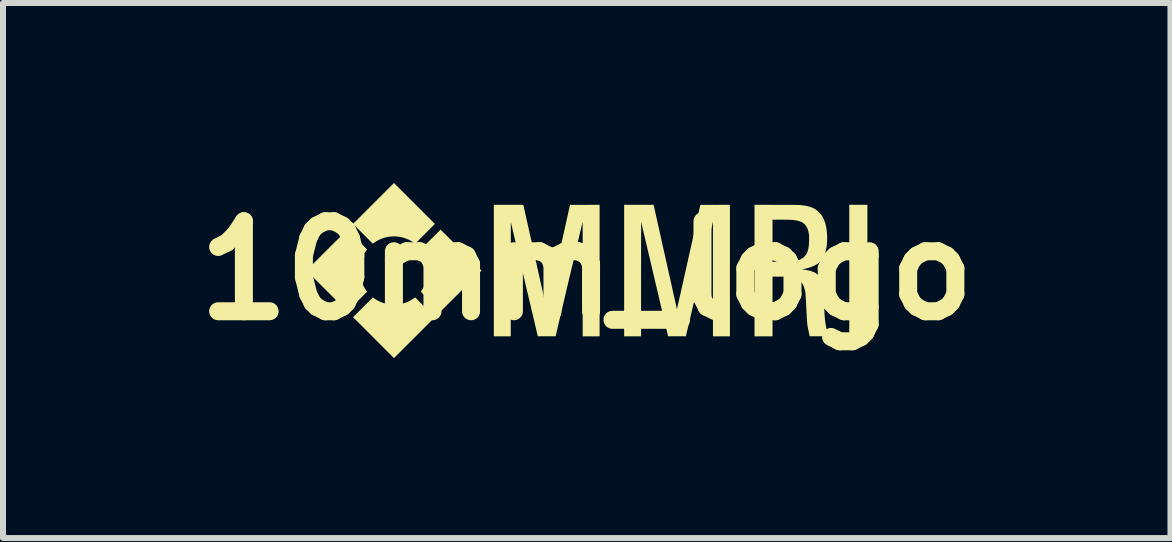
<source format=kicad_pcb>
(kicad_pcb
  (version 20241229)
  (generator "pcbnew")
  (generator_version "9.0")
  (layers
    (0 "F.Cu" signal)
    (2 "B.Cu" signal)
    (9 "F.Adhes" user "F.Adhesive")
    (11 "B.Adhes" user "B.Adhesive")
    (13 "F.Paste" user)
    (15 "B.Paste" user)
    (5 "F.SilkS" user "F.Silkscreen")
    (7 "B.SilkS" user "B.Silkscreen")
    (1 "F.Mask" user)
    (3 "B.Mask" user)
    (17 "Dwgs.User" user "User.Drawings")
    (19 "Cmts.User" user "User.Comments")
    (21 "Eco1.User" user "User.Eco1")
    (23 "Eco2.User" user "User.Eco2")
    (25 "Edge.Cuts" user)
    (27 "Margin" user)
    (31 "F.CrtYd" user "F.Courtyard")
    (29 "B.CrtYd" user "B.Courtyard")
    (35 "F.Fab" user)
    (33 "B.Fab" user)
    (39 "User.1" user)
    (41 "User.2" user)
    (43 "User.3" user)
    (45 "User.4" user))
  (footprint "10mm_logo"
    (layer "F.Cu")
    (at 6.729 1.459)
    (property "Reference" "10mm_logo" (at 0 0 0) (layer "F.SilkS") (effects (font (size 1.5 1.5) (thickness 0.3))))
    (attr board_only exclude_from_pos_files exclude_from_bom)
    (fp_poly (pts (xy 4.677 0) (xy 4.677 1.096) (xy 4.526 1.096) (xy 4.375 1.096) (xy 4.375 0) (xy 4.375 -1.096) (xy 4.526 -1.096) (xy 4.677 -1.096)) (stroke (width 0) (type solid)) (fill yes) (layer "F.SilkS"))
    (fp_poly (pts (xy -2.872 -1.118) (xy -2.531 -0.777) (xy -2.696 -0.612) (xy -2.861 -0.447) (xy -2.875 -0.458) (xy -2.903 -0.478) (xy -2.933 -0.496) (xy -2.965 -0.513) (xy -2.998 -0.527) (xy -3.031 -0.54) (xy -3.045 -0.544) (xy -3.083 -0.555) (xy -3.122 -0.562) (xy -3.16 -0.567) (xy -3.199 -0.569) (xy -3.238 -0.569) (xy -3.277 -0.566) (xy -3.316 -0.56) (xy -3.354 -0.552) (xy -3.392 -0.541) (xy -3.428 -0.527) (xy -3.459 -0.514) (xy -3.491 -0.497) (xy -3.522 -0.478) (xy -3.55 -0.459) (xy -3.553 -0.457) (xy -3.558 -0.453) (xy -3.562 -0.45) (xy -3.564 -0.448) (xy -3.565 -0.448) (xy -3.566 -0.449) (xy -3.569 -0.451) (xy -3.574 -0.456) (xy -3.58 -0.462) (xy -3.588 -0.47) (xy -3.597 -0.479) (xy -3.608 -0.49) (xy -3.62 -0.502) (xy -3.633 -0.515) (xy -3.647 -0.529) (xy -3.662 -0.544) (xy -3.678 -0.56) (xy -3.694 -0.577) (xy -3.712 -0.594) (xy -3.729 -0.612) (xy -3.73 -0.612) (xy -3.895 -0.777) (xy -3.554 -1.118) (xy -3.213 -1.459)) (stroke (width 0) (type solid)) (fill yes) (layer "F.SilkS"))
    (fp_poly (pts (xy -2.696 0.612) (xy -2.531 0.777) (xy -2.872 1.118) (xy -2.897 1.144) (xy -2.923 1.169) (xy -2.947 1.193) (xy -2.971 1.217) (xy -2.995 1.241) (xy -3.017 1.263) (xy -3.039 1.285) (xy -3.06 1.306) (xy -3.079 1.325) (xy -3.098 1.344) (xy -3.116 1.362) (xy -3.132 1.378) (xy -3.147 1.393) (xy -3.161 1.406) (xy -3.173 1.419) (xy -3.184 1.429) (xy -3.193 1.439) (xy -3.2 1.446) (xy -3.206 1.452) (xy -3.21 1.456) (xy -3.212 1.458) (xy -3.213 1.458) (xy -3.214 1.457) (xy -3.217 1.455) (xy -3.222 1.45) (xy -3.228 1.443) (xy -3.236 1.435) (xy -3.246 1.426) (xy -3.257 1.414) (xy -3.27 1.401) (xy -3.284 1.387) (xy -3.3 1.372) (xy -3.317 1.355) (xy -3.335 1.337) (xy -3.354 1.318) (xy -3.374 1.298) (xy -3.395 1.277) (xy -3.417 1.255) (xy -3.44 1.232) (xy -3.463 1.209) (xy -3.488 1.184) (xy -3.513 1.159) (xy -3.538 1.134) (xy -3.554 1.118) (xy -3.895 0.777) (xy -3.73 0.612) (xy -3.565 0.447) (xy -3.551 0.458) (xy -3.519 0.48) (xy -3.486 0.5) (xy -3.451 0.517) (xy -3.415 0.532) (xy -3.379 0.545) (xy -3.341 0.555) (xy -3.303 0.562) (xy -3.265 0.567) (xy -3.226 0.569) (xy -3.187 0.569) (xy -3.148 0.566) (xy -3.109 0.56) (xy -3.108 0.559) (xy -3.071 0.551) (xy -3.034 0.54) (xy -2.998 0.527) (xy -2.963 0.511) (xy -2.93 0.494) (xy -2.898 0.474) (xy -2.872 0.456) (xy -2.861 0.447)) (stroke (width 0) (type solid)) (fill yes) (layer "F.SilkS"))
    (fp_poly (pts (xy -3.825 -0.517) (xy -3.66 -0.352) (xy -3.667 -0.344) (xy -3.671 -0.339) (xy -3.675 -0.332) (xy -3.681 -0.324) (xy -3.687 -0.315) (xy -3.693 -0.306) (xy -3.699 -0.297) (xy -3.704 -0.288) (xy -3.708 -0.281) (xy -3.709 -0.28) (xy -3.727 -0.246) (xy -3.742 -0.21) (xy -3.755 -0.173) (xy -3.766 -0.136) (xy -3.774 -0.097) (xy -3.777 -0.077) (xy -3.781 -0.039) (xy -3.783 0.000051) (xy -3.781 0.039) (xy -3.777 0.077) (xy -3.77 0.116) (xy -3.761 0.154) (xy -3.749 0.191) (xy -3.735 0.227) (xy -3.725 0.248) (xy -3.712 0.273) (xy -3.7 0.296) (xy -3.686 0.317) (xy -3.672 0.337) (xy -3.67 0.34) (xy -3.66 0.352) (xy -3.825 0.517) (xy -3.843 0.535) (xy -3.86 0.552) (xy -3.877 0.568) (xy -3.893 0.584) (xy -3.908 0.599) (xy -3.922 0.614) (xy -3.935 0.627) (xy -3.947 0.639) (xy -3.958 0.649) (xy -3.967 0.659) (xy -3.975 0.666) (xy -3.981 0.673) (xy -3.986 0.677) (xy -3.989 0.68) (xy -3.99 0.681) (xy -3.99 0.681) (xy -3.991 0.68) (xy -3.994 0.677) (xy -3.999 0.673) (xy -4.005 0.666) (xy -4.013 0.658) (xy -4.023 0.648) (xy -4.035 0.637) (xy -4.047 0.624) (xy -4.062 0.61) (xy -4.077 0.595) (xy -4.094 0.578) (xy -4.112 0.56) (xy -4.131 0.541) (xy -4.151 0.521) (xy -4.172 0.5) (xy -4.194 0.478) (xy -4.217 0.455) (xy -4.241 0.431) (xy -4.265 0.407) (xy -4.29 0.382) (xy -4.315 0.357) (xy -4.331 0.341) (xy -4.672 -0.000001) (xy -4.331 -0.341) (xy -3.99 -0.682)) (stroke (width 0) (type solid)) (fill yes) (layer "F.SilkS"))
    (fp_poly (pts (xy -2.435 -0.68) (xy -2.432 -0.677) (xy -2.428 -0.673) (xy -2.421 -0.666) (xy -2.413 -0.658) (xy -2.403 -0.648) (xy -2.392 -0.637) (xy -2.379 -0.624) (xy -2.365 -0.61) (xy -2.349 -0.595) (xy -2.332 -0.578) (xy -2.314 -0.56) (xy -2.295 -0.541) (xy -2.275 -0.521) (xy -2.254 -0.5) (xy -2.232 -0.478) (xy -2.209 -0.455) (xy -2.185 -0.431) (xy -2.161 -0.407) (xy -2.136 -0.382) (xy -2.111 -0.357) (xy -2.094 -0.341) (xy -1.754 0) (xy -2.094 0.341) (xy -2.12 0.366) (xy -2.145 0.392) (xy -2.17 0.416) (xy -2.194 0.44) (xy -2.217 0.464) (xy -2.24 0.486) (xy -2.262 0.508) (xy -2.282 0.528) (xy -2.302 0.548) (xy -2.321 0.567) (xy -2.338 0.584) (xy -2.355 0.601) (xy -2.37 0.616) (xy -2.383 0.629) (xy -2.396 0.641) (xy -2.406 0.652) (xy -2.416 0.661) (xy -2.423 0.669) (xy -2.429 0.675) (xy -2.433 0.679) (xy -2.435 0.681) (xy -2.436 0.681) (xy -2.437 0.68) (xy -2.44 0.677) (xy -2.444 0.673) (xy -2.451 0.667) (xy -2.459 0.659) (xy -2.468 0.649) (xy -2.479 0.639) (xy -2.491 0.627) (xy -2.504 0.614) (xy -2.518 0.6) (xy -2.533 0.585) (xy -2.549 0.569) (xy -2.565 0.552) (xy -2.583 0.535) (xy -2.601 0.517) (xy -2.601 0.517) (xy -2.622 0.496) (xy -2.641 0.477) (xy -2.659 0.459) (xy -2.674 0.444) (xy -2.689 0.43) (xy -2.701 0.417) (xy -2.712 0.406) (xy -2.722 0.396) (xy -2.73 0.388) (xy -2.738 0.38) (xy -2.744 0.374) (xy -2.749 0.368) (xy -2.753 0.364) (xy -2.757 0.36) (xy -2.759 0.357) (xy -2.761 0.355) (xy -2.762 0.353) (xy -2.763 0.352) (xy -2.764 0.351) (xy -2.764 0.35) (xy -2.764 0.35) (xy -2.764 0.35) (xy -2.762 0.347) (xy -2.759 0.343) (xy -2.756 0.338) (xy -2.752 0.332) (xy -2.751 0.331) (xy -2.729 0.298) (xy -2.709 0.264) (xy -2.692 0.229) (xy -2.678 0.193) (xy -2.666 0.155) (xy -2.656 0.116) (xy -2.649 0.076) (xy -2.648 0.065) (xy -2.647 0.056) (xy -2.646 0.046) (xy -2.646 0.034) (xy -2.645 0.02) (xy -2.645 0.006) (xy -2.645 -0.008) (xy -2.645 -0.022) (xy -2.645 -0.034) (xy -2.646 -0.046) (xy -2.646 -0.055) (xy -2.647 -0.059) (xy -2.653 -0.1) (xy -2.662 -0.14) (xy -2.673 -0.178) (xy -2.686 -0.215) (xy -2.703 -0.251) (xy -2.721 -0.286) (xy -2.742 -0.319) (xy -2.756 -0.339) (xy -2.76 -0.344) (xy -2.763 -0.349) (xy -2.765 -0.352) (xy -2.765 -0.353) (xy -2.764 -0.354) (xy -2.761 -0.357) (xy -2.757 -0.361) (xy -2.751 -0.368) (xy -2.743 -0.375) (xy -2.734 -0.384) (xy -2.724 -0.395) (xy -2.713 -0.406) (xy -2.701 -0.418) (xy -2.687 -0.431) (xy -2.674 -0.445) (xy -2.659 -0.46) (xy -2.644 -0.475) (xy -2.629 -0.49) (xy -2.614 -0.505) (xy -2.598 -0.521) (xy -2.582 -0.537) (xy -2.567 -0.552) (xy -2.552 -0.567) (xy -2.537 -0.582) (xy -2.523 -0.596) (xy -2.509 -0.609) (xy -2.497 -0.622) (xy -2.485 -0.634) (xy -2.474 -0.645) (xy -2.464 -0.654) (xy -2.455 -0.663) (xy -2.448 -0.67) (xy -2.443 -0.675) (xy -2.439 -0.679) (xy -2.437 -0.681) (xy -2.436 -0.681)) (stroke (width 0) (type solid)) (fill yes) (layer "F.SilkS"))
    (fp_poly (pts (xy 0.214 -0.000004) (xy 0.214 1.096) (xy 0.073 1.096) (xy -0.068 1.096) (xy -0.068 0.142) (xy -0.068 0.09) (xy -0.068 0.039) (xy -0.068 -0.01) (xy -0.068 -0.06) (xy -0.068 -0.108) (xy -0.068 -0.155) (xy -0.068 -0.201) (xy -0.068 -0.246) (xy -0.068 -0.29) (xy -0.068 -0.333) (xy -0.068 -0.374) (xy -0.068 -0.414) (xy -0.068 -0.452) (xy -0.068 -0.489) (xy -0.068 -0.524) (xy -0.068 -0.558) (xy -0.068 -0.59) (xy -0.068 -0.62) (xy -0.068 -0.648) (xy -0.069 -0.674) (xy -0.069 -0.698) (xy -0.069 -0.72) (xy -0.069 -0.74) (xy -0.069 -0.757) (xy -0.069 -0.773) (xy -0.069 -0.785) (xy -0.069 -0.796) (xy -0.069 -0.804) (xy -0.069 -0.809) (xy -0.069 -0.811) (xy -0.069 -0.812) (xy -0.069 -0.81) (xy -0.07 -0.806) (xy -0.072 -0.8) (xy -0.074 -0.79) (xy -0.077 -0.779) (xy -0.08 -0.765) (xy -0.084 -0.749) (xy -0.088 -0.73) (xy -0.093 -0.71) (xy -0.099 -0.687) (xy -0.104 -0.663) (xy -0.111 -0.636) (xy -0.117 -0.607) (xy -0.125 -0.577) (xy -0.132 -0.545) (xy -0.14 -0.511) (xy -0.149 -0.476) (xy -0.157 -0.439) (xy -0.166 -0.4) (xy -0.176 -0.361) (xy -0.186 -0.319) (xy -0.196 -0.277) (xy -0.206 -0.233) (xy -0.216 -0.189) (xy -0.227 -0.143) (xy -0.238 -0.096) (xy -0.25 -0.048) (xy -0.261 0.000408) (xy -0.273 0.05) (xy -0.285 0.1) (xy -0.295 0.142) (xy -0.519 1.095) (xy -0.668 1.095) (xy -0.691 1.095) (xy -0.712 1.095) (xy -0.731 1.095) (xy -0.747 1.095) (xy -0.761 1.095) (xy -0.773 1.095) (xy -0.783 1.095) (xy -0.791 1.095) (xy -0.798 1.095) (xy -0.804 1.095) (xy -0.808 1.095) (xy -0.811 1.095) (xy -0.813 1.094) (xy -0.815 1.094) (xy -0.816 1.094) (xy -0.816 1.093) (xy -0.817 1.093) (xy -0.817 1.092) (xy -0.818 1.088) (xy -0.82 1.081) (xy -0.822 1.072) (xy -0.824 1.06) (xy -0.828 1.046) (xy -0.832 1.03) (xy -0.836 1.011) (xy -0.841 0.991) (xy -0.846 0.968) (xy -0.852 0.943) (xy -0.858 0.916) (xy -0.865 0.888) (xy -0.872 0.857) (xy -0.88 0.825) (xy -0.888 0.791) (xy -0.896 0.756) (xy -0.905 0.719) (xy -0.914 0.681) (xy -0.923 0.641) (xy -0.933 0.599) (xy -0.943 0.557) (xy -0.953 0.513) (xy -0.964 0.469) (xy -0.975 0.423) (xy -0.986 0.376) (xy -0.997 0.328) (xy -1.009 0.279) (xy -1.02 0.23) (xy -1.032 0.18) (xy -1.042 0.14) (xy -1.266 -0.811) (xy -1.266 0.142) (xy -1.267 1.096) (xy -1.408 1.096) (xy -1.549 1.096) (xy -1.549 0) (xy -1.549 -1.096) (xy -1.303 -1.096) (xy -1.057 -1.096) (xy -0.863 -0.226) (xy -0.853 -0.178) (xy -0.842 -0.13) (xy -0.831 -0.083) (xy -0.821 -0.037) (xy -0.811 0.009) (xy -0.801 0.053) (xy -0.791 0.096) (xy -0.782 0.139) (xy -0.773 0.18) (xy -0.764 0.22) (xy -0.755 0.258) (xy -0.747 0.295) (xy -0.739 0.331) (xy -0.731 0.365) (xy -0.724 0.397) (xy -0.717 0.428) (xy -0.711 0.457) (xy -0.705 0.485) (xy -0.699 0.51) (xy -0.694 0.533) (xy -0.689 0.555) (xy -0.685 0.574) (xy -0.681 0.591) (xy -0.677 0.606) (xy -0.675 0.618) (xy -0.672 0.629) (xy -0.671 0.636) (xy -0.669 0.641) (xy -0.669 0.644) (xy -0.669 0.644) (xy -0.668 0.643) (xy -0.668 0.639) (xy -0.666 0.632) (xy -0.664 0.623) (xy -0.661 0.612) (xy -0.658 0.598) (xy -0.655 0.582) (xy -0.65 0.564) (xy -0.646 0.543) (xy -0.641 0.521) (xy -0.635 0.496) (xy -0.629 0.47) (xy -0.623 0.442) (xy -0.616 0.412) (xy -0.609 0.38) (xy -0.601 0.346) (xy -0.594 0.311) (xy -0.585 0.275) (xy -0.577 0.237) (xy -0.568 0.198) (xy -0.559 0.157) (xy -0.55 0.116) (xy -0.54 0.073) (xy -0.53 0.029) (xy -0.52 -0.016) (xy -0.51 -0.062) (xy -0.499 -0.109) (xy -0.489 -0.156) (xy -0.478 -0.204) (xy -0.473 -0.225) (xy -0.279 -1.095) (xy -0.032 -1.095) (xy 0.214 -1.096)) (stroke (width 0) (type solid)) (fill yes) (layer "F.SilkS"))
    (fp_poly (pts (xy 2.386 -0.000004) (xy 2.386 1.096) (xy 2.245 1.096) (xy 2.103 1.096) (xy 2.103 0.142) (xy 2.103 0.09) (xy 2.103 0.039) (xy 2.103 -0.01) (xy 2.103 -0.06) (xy 2.103 -0.108) (xy 2.103 -0.155) (xy 2.103 -0.201) (xy 2.103 -0.246) (xy 2.103 -0.29) (xy 2.103 -0.333) (xy 2.103 -0.374) (xy 2.103 -0.414) (xy 2.103 -0.452) (xy 2.103 -0.489) (xy 2.103 -0.524) (xy 2.103 -0.558) (xy 2.103 -0.59) (xy 2.103 -0.62) (xy 2.103 -0.648) (xy 2.103 -0.674) (xy 2.103 -0.698) (xy 2.103 -0.72) (xy 2.103 -0.74) (xy 2.103 -0.757) (xy 2.103 -0.773) (xy 2.103 -0.785) (xy 2.103 -0.796) (xy 2.103 -0.804) (xy 2.103 -0.809) (xy 2.103 -0.811) (xy 2.103 -0.812) (xy 2.102 -0.81) (xy 2.101 -0.806) (xy 2.1 -0.8) (xy 2.098 -0.79) (xy 2.095 -0.779) (xy 2.092 -0.765) (xy 2.088 -0.749) (xy 2.083 -0.73) (xy 2.078 -0.71) (xy 2.073 -0.687) (xy 2.067 -0.663) (xy 2.061 -0.636) (xy 2.054 -0.607) (xy 2.047 -0.577) (xy 2.039 -0.545) (xy 2.031 -0.511) (xy 2.023 -0.476) (xy 2.014 -0.439) (xy 2.005 -0.4) (xy 1.996 -0.361) (xy 1.986 -0.319) (xy 1.976 -0.277) (xy 1.966 -0.233) (xy 1.955 -0.189) (xy 1.944 -0.143) (xy 1.933 -0.096) (xy 1.922 -0.048) (xy 1.91 0.000408) (xy 1.899 0.05) (xy 1.887 0.1) (xy 1.877 0.142) (xy 1.652 1.095) (xy 1.504 1.095) (xy 1.48 1.095) (xy 1.459 1.095) (xy 1.441 1.095) (xy 1.425 1.095) (xy 1.411 1.095) (xy 1.399 1.095) (xy 1.389 1.095) (xy 1.38 1.095) (xy 1.373 1.095) (xy 1.368 1.095) (xy 1.364 1.095) (xy 1.36 1.095) (xy 1.358 1.094) (xy 1.357 1.094) (xy 1.356 1.094) (xy 1.355 1.093) (xy 1.355 1.093) (xy 1.355 1.092) (xy 1.354 1.088) (xy 1.352 1.081) (xy 1.35 1.072) (xy 1.347 1.06) (xy 1.344 1.046) (xy 1.34 1.03) (xy 1.336 1.011) (xy 1.331 0.991) (xy 1.325 0.968) (xy 1.32 0.943) (xy 1.313 0.916) (xy 1.306 0.888) (xy 1.299 0.857) (xy 1.292 0.825) (xy 1.284 0.791) (xy 1.275 0.756) (xy 1.267 0.719) (xy 1.258 0.681) (xy 1.248 0.641) (xy 1.238 0.599) (xy 1.228 0.557) (xy 1.218 0.513) (xy 1.208 0.469) (xy 1.197 0.423) (xy 1.186 0.376) (xy 1.174 0.328) (xy 1.163 0.279) (xy 1.151 0.23) (xy 1.139 0.18) (xy 1.13 0.14) (xy 0.906 -0.811) (xy 0.905 0.142) (xy 0.905 1.096) (xy 0.764 1.096) (xy 0.623 1.096) (xy 0.623 0) (xy 0.623 -1.096) (xy 0.869 -1.096) (xy 1.114 -1.096) (xy 1.308 -0.226) (xy 1.319 -0.178) (xy 1.33 -0.13) (xy 1.34 -0.083) (xy 1.35 -0.037) (xy 1.361 0.009) (xy 1.37 0.053) (xy 1.38 0.096) (xy 1.39 0.139) (xy 1.399 0.18) (xy 1.408 0.22) (xy 1.416 0.258) (xy 1.425 0.295) (xy 1.432 0.331) (xy 1.44 0.365) (xy 1.447 0.397) (xy 1.454 0.428) (xy 1.461 0.457) (xy 1.467 0.485) (xy 1.473 0.51) (xy 1.478 0.533) (xy 1.483 0.555) (xy 1.487 0.574) (xy 1.491 0.591) (xy 1.494 0.606) (xy 1.497 0.618) (xy 1.499 0.629) (xy 1.501 0.636) (xy 1.502 0.641) (xy 1.503 0.644) (xy 1.503 0.644) (xy 1.503 0.643) (xy 1.504 0.639) (xy 1.506 0.632) (xy 1.508 0.623) (xy 1.51 0.612) (xy 1.513 0.598) (xy 1.517 0.582) (xy 1.521 0.564) (xy 1.526 0.543) (xy 1.531 0.521) (xy 1.536 0.496) (xy 1.542 0.47) (xy 1.549 0.442) (xy 1.555 0.412) (xy 1.563 0.38) (xy 1.57 0.346) (xy 1.578 0.311) (xy 1.586 0.275) (xy 1.595 0.237) (xy 1.604 0.198) (xy 1.613 0.157) (xy 1.622 0.116) (xy 1.632 0.073) (xy 1.641 0.029) (xy 1.652 -0.016) (xy 1.662 -0.062) (xy 1.672 -0.109) (xy 1.683 -0.156) (xy 1.694 -0.204) (xy 1.698 -0.225) (xy 1.893 -1.095) (xy 2.139 -1.095) (xy 2.386 -1.096)) (stroke (width 0) (type solid)) (fill yes) (layer "F.SilkS"))
    (fp_poly (pts (xy 3.16 -1.095) (xy 3.198 -1.095) (xy 3.234 -1.095) (xy 3.267 -1.095) (xy 3.297 -1.095) (xy 3.325 -1.095) (xy 3.351 -1.095) (xy 3.375 -1.095) (xy 3.396 -1.095) (xy 3.416 -1.095) (xy 3.433 -1.095) (xy 3.449 -1.094) (xy 3.464 -1.094) (xy 3.477 -1.094) (xy 3.488 -1.094) (xy 3.498 -1.094) (xy 3.507 -1.094) (xy 3.515 -1.094) (xy 3.522 -1.094) (xy 3.528 -1.093) (xy 3.533 -1.093) (xy 3.537 -1.093) (xy 3.541 -1.093) (xy 3.544 -1.093) (xy 3.547 -1.093) (xy 3.549 -1.092) (xy 3.584 -1.089) (xy 3.616 -1.084) (xy 3.646 -1.08) (xy 3.673 -1.074) (xy 3.698 -1.068) (xy 3.722 -1.061) (xy 3.724 -1.061) (xy 3.755 -1.049) (xy 3.784 -1.036) (xy 3.811 -1.02) (xy 3.837 -1.002) (xy 3.86 -0.982) (xy 3.882 -0.96) (xy 3.903 -0.936) (xy 3.921 -0.909) (xy 3.938 -0.881) (xy 3.952 -0.85) (xy 3.965 -0.818) (xy 3.977 -0.783) (xy 3.981 -0.765) (xy 3.99 -0.729) (xy 3.996 -0.692) (xy 4.001 -0.654) (xy 4.004 -0.615) (xy 4.006 -0.573) (xy 4.006 -0.53) (xy 4.006 -0.525) (xy 4.005 -0.483) (xy 4.002 -0.443) (xy 3.998 -0.405) (xy 3.992 -0.37) (xy 3.985 -0.336) (xy 3.976 -0.304) (xy 3.965 -0.274) (xy 3.954 -0.245) (xy 3.944 -0.225) (xy 3.932 -0.203) (xy 3.919 -0.183) (xy 3.905 -0.165) (xy 3.89 -0.148) (xy 3.873 -0.133) (xy 3.853 -0.118) (xy 3.832 -0.103) (xy 3.831 -0.103) (xy 3.81 -0.091) (xy 3.787 -0.079) (xy 3.761 -0.068) (xy 3.734 -0.058) (xy 3.705 -0.048) (xy 3.675 -0.039) (xy 3.644 -0.032) (xy 3.613 -0.025) (xy 3.601 -0.023) (xy 3.595 -0.022) (xy 3.591 -0.021) (xy 3.588 -0.02) (xy 3.587 -0.02) (xy 3.589 -0.02) (xy 3.593 -0.019) (xy 3.598 -0.018) (xy 3.605 -0.017) (xy 3.61 -0.017) (xy 3.643 -0.012) (xy 3.673 -0.007) (xy 3.702 -0.000434) (xy 3.728 0.006) (xy 3.752 0.014) (xy 3.768 0.02) (xy 3.793 0.03) (xy 3.815 0.043) (xy 3.836 0.058) (xy 3.854 0.076) (xy 3.871 0.095) (xy 3.886 0.116) (xy 3.899 0.139) (xy 3.91 0.164) (xy 3.914 0.175) (xy 3.918 0.187) (xy 3.921 0.199) (xy 3.924 0.212) (xy 3.927 0.227) (xy 3.93 0.242) (xy 3.933 0.26) (xy 3.936 0.28) (xy 3.938 0.298) (xy 3.939 0.306) (xy 3.94 0.314) (xy 3.94 0.321) (xy 3.941 0.329) (xy 3.942 0.338) (xy 3.943 0.346) (xy 3.943 0.356) (xy 3.944 0.366) (xy 3.945 0.378) (xy 3.946 0.39) (xy 3.946 0.404) (xy 3.947 0.42) (xy 3.948 0.437) (xy 3.949 0.457) (xy 3.95 0.479) (xy 3.951 0.503) (xy 3.953 0.529) (xy 3.953 0.54) (xy 3.955 0.57) (xy 3.956 0.596) (xy 3.957 0.621) (xy 3.958 0.643) (xy 3.959 0.663) (xy 3.96 0.681) (xy 3.961 0.698) (xy 3.962 0.713) (xy 3.963 0.726) (xy 3.963 0.739) (xy 3.964 0.75) (xy 3.965 0.76) (xy 3.966 0.77) (xy 3.967 0.78) (xy 3.967 0.789) (xy 3.968 0.798) (xy 3.969 0.807) (xy 3.97 0.816) (xy 3.971 0.825) (xy 3.971 0.827) (xy 3.978 0.878) (xy 3.987 0.93) (xy 3.998 0.982) (xy 4.012 1.036) (xy 4.02 1.067) (xy 4.029 1.095) (xy 3.872 1.095) (xy 3.851 1.095) (xy 3.832 1.095) (xy 3.813 1.095) (xy 3.795 1.095) (xy 3.779 1.095) (xy 3.764 1.095) (xy 3.751 1.095) (xy 3.739 1.095) (xy 3.73 1.095) (xy 3.723 1.095) (xy 3.718 1.095) (xy 3.716 1.095) (xy 3.715 1.095) (xy 3.715 1.094) (xy 3.714 1.09) (xy 3.713 1.084) (xy 3.711 1.076) (xy 3.709 1.066) (xy 3.707 1.055) (xy 3.704 1.044) (xy 3.702 1.031) (xy 3.699 1.018) (xy 3.696 1.005) (xy 3.693 0.992) (xy 3.691 0.979) (xy 3.688 0.968) (xy 3.686 0.957) (xy 3.684 0.947) (xy 3.683 0.939) (xy 3.682 0.933) (xy 3.681 0.929) (xy 3.678 0.911) (xy 3.676 0.892) (xy 3.673 0.871) (xy 3.672 0.852) (xy 3.671 0.848) (xy 3.671 0.842) (xy 3.67 0.832) (xy 3.67 0.821) (xy 3.669 0.808) (xy 3.668 0.792) (xy 3.667 0.775) (xy 3.666 0.756) (xy 3.665 0.735) (xy 3.664 0.714) (xy 3.662 0.691) (xy 3.661 0.667) (xy 3.66 0.642) (xy 3.658 0.616) (xy 3.657 0.59) (xy 3.655 0.564) (xy 3.654 0.537) (xy 3.653 0.511) (xy 3.652 0.491) (xy 3.65 0.469) (xy 3.649 0.448) (xy 3.648 0.431) (xy 3.647 0.415) (xy 3.646 0.401) (xy 3.645 0.388) (xy 3.644 0.377) (xy 3.643 0.367) (xy 3.641 0.357) (xy 3.64 0.349) (xy 3.638 0.34) (xy 3.637 0.332) (xy 3.635 0.323) (xy 3.632 0.314) (xy 3.631 0.311) (xy 3.623 0.282) (xy 3.613 0.255) (xy 3.601 0.231) (xy 3.587 0.209) (xy 3.572 0.189) (xy 3.555 0.171) (xy 3.537 0.156) (xy 3.517 0.143) (xy 3.504 0.136) (xy 3.49 0.13) (xy 3.475 0.124) (xy 3.459 0.119) (xy 3.441 0.115) (xy 3.421 0.111) (xy 3.398 0.107) (xy 3.379 0.105) (xy 3.376 0.104) (xy 3.372 0.104) (xy 3.367 0.104) (xy 3.361 0.103) (xy 3.355 0.103) (xy 3.347 0.103) (xy 3.337 0.103) (xy 3.327 0.103) (xy 3.314 0.102) (xy 3.299 0.102) (xy 3.283 0.102) (xy 3.264 0.102) (xy 3.242 0.102) (xy 3.229 0.102) (xy 3.096 0.101) (xy 3.096 0.598) (xy 3.096 1.096) (xy 2.946 1.096) (xy 2.796 1.096) (xy 2.796 -0.000049) (xy 2.796 -0.848) (xy 3.096 -0.848) (xy 3.096 -0.497) (xy 3.096 -0.146) (xy 3.238 -0.146) (xy 3.264 -0.147) (xy 3.289 -0.147) (xy 3.311 -0.147) (xy 3.33 -0.147) (xy 3.348 -0.147) (xy 3.363 -0.147) (xy 3.375 -0.148) (xy 3.385 -0.148) (xy 3.392 -0.148) (xy 3.396 -0.149) (xy 3.423 -0.152) (xy 3.448 -0.155) (xy 3.471 -0.159) (xy 3.491 -0.163) (xy 3.51 -0.167) (xy 3.528 -0.173) (xy 3.544 -0.179) (xy 3.549 -0.181) (xy 3.573 -0.193) (xy 3.595 -0.206) (xy 3.615 -0.221) (xy 3.633 -0.239) (xy 3.648 -0.258) (xy 3.662 -0.279) (xy 3.669 -0.292) (xy 3.677 -0.309) (xy 3.684 -0.33) (xy 3.69 -0.353) (xy 3.695 -0.378) (xy 3.699 -0.406) (xy 3.702 -0.437) (xy 3.704 -0.47) (xy 3.705 -0.506) (xy 3.705 -0.53) (xy 3.705 -0.545) (xy 3.705 -0.558) (xy 3.705 -0.57) (xy 3.705 -0.579) (xy 3.704 -0.588) (xy 3.703 -0.596) (xy 3.703 -0.596) (xy 3.699 -0.626) (xy 3.693 -0.653) (xy 3.686 -0.678) (xy 3.678 -0.701) (xy 3.667 -0.723) (xy 3.655 -0.742) (xy 3.641 -0.76) (xy 3.626 -0.776) (xy 3.614 -0.786) (xy 3.602 -0.796) (xy 3.588 -0.804) (xy 3.573 -0.812) (xy 3.557 -0.818) (xy 3.539 -0.824) (xy 3.519 -0.829) (xy 3.498 -0.834) (xy 3.474 -0.838) (xy 3.448 -0.842) (xy 3.419 -0.845) (xy 3.41 -0.845) (xy 3.406 -0.846) (xy 3.399 -0.846) (xy 3.389 -0.846) (xy 3.377 -0.846) (xy 3.363 -0.847) (xy 3.346 -0.847) (xy 3.327 -0.847) (xy 3.306 -0.847) (xy 3.284 -0.847) (xy 3.259 -0.848) (xy 3.245 -0.848) (xy 3.096 -0.848) (xy 2.796 -0.848) (xy 2.796 -1.096)) (stroke (width 0) (type solid)) (fill yes) (layer "F.SilkS")))
  (gr_rect
    (start -3 -3)
    (end 16.457 5.917)
    (stroke (width 0.1) (type default))
    (fill no)
    (layer "Edge.Cuts")))
</source>
